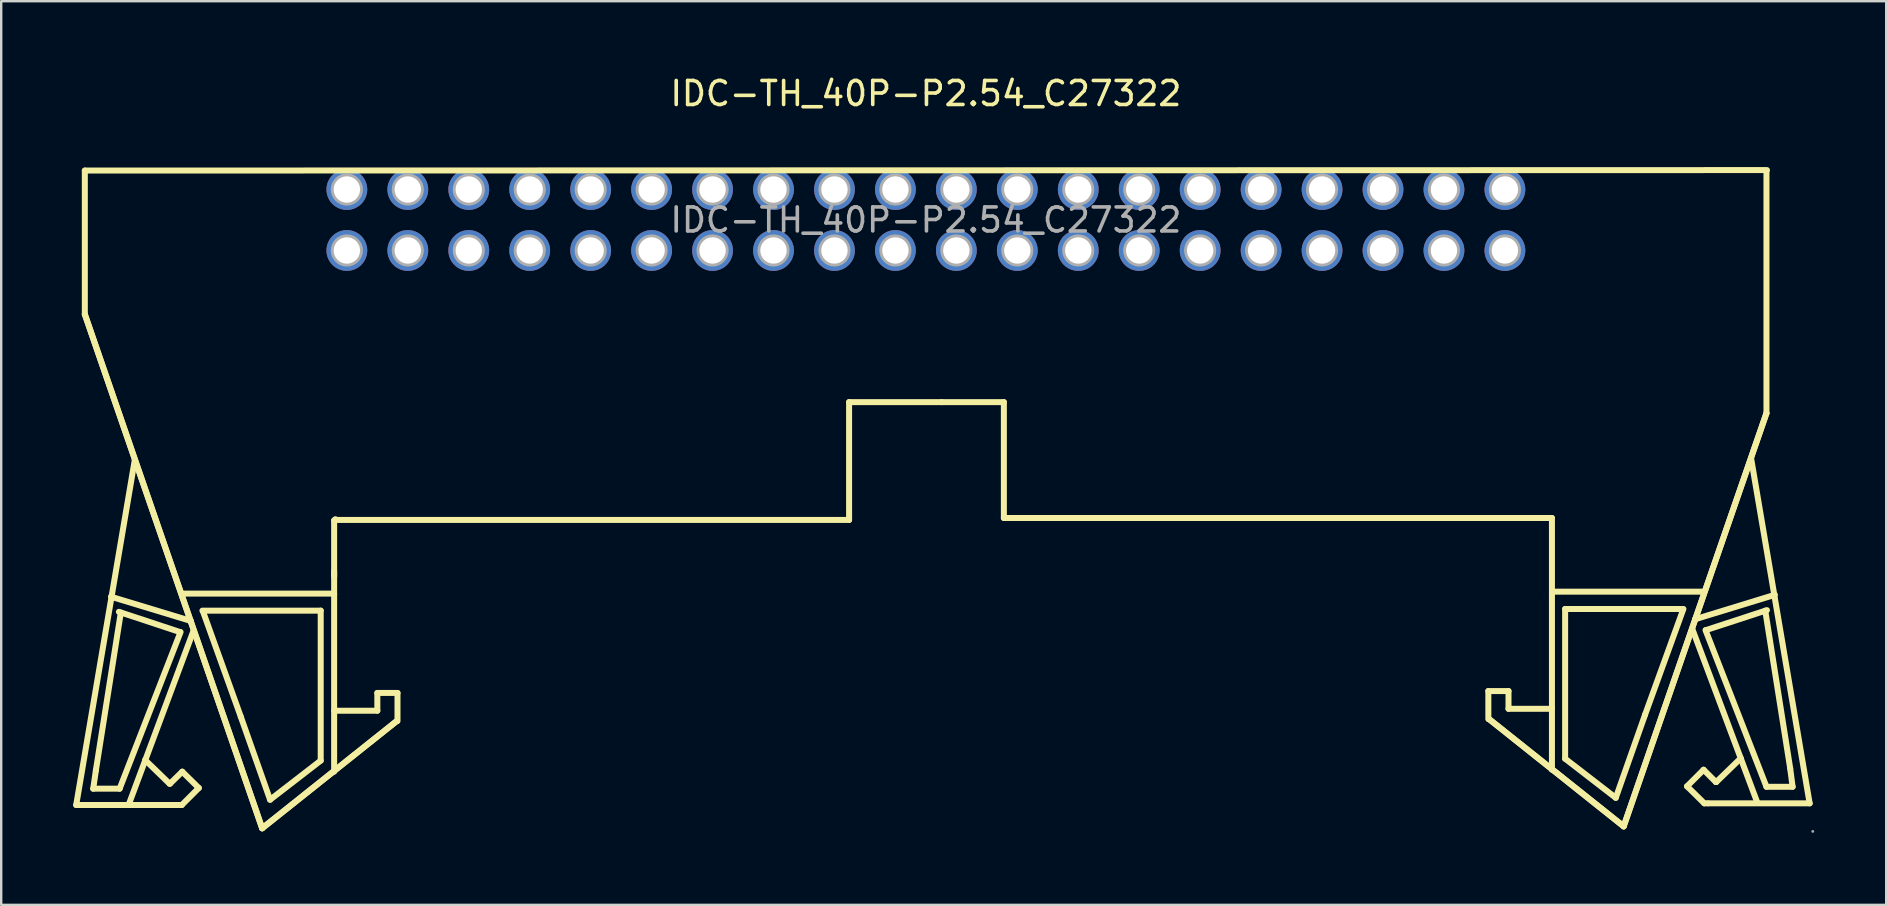
<source format=kicad_pcb>
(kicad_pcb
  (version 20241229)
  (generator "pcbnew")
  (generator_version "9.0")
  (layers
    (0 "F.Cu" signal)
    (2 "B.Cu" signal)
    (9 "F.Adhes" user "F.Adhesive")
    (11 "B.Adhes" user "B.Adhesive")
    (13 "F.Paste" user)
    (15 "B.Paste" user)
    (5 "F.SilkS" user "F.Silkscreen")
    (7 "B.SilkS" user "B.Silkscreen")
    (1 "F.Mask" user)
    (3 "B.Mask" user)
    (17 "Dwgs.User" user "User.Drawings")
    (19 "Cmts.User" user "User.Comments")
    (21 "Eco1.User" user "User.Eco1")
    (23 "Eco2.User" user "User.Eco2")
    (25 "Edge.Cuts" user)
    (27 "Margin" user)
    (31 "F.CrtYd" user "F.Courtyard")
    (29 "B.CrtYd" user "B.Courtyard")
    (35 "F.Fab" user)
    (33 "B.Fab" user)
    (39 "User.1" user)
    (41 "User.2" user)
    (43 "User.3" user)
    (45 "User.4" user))
  (footprint "IDC-TH_40P-P2.54_C27322"
    (layer "F.Cu")
    (at 35.535 6.118)
    (property "Reference" "IDC-TH_40P-P2.54_C27322" (at 0 -5.27 0) (layer "F.SilkS") (effects (font (size 1 1) (thickness 0.15))))
    (attr through_hole)
    (fp_line (start -35.41 24.38) (end -31.19 24.38) (stroke (width 0.25) (type solid)) (layer "F.SilkS"))
    (fp_line (start -35.05 -2.06) (end -35.05 3.93) (stroke (width 0.25) (type solid)) (layer "F.SilkS"))
    (fp_line (start -35.05 -2.06) (end 35.05 -2.08) (stroke (width 0.25) (type solid)) (layer "F.SilkS"))
    (fp_line (start -35.05 3.93) (end -27.66 25.35) (stroke (width 0.25) (type solid)) (layer "F.SilkS"))
    (fp_line (start -35.05 3.93) (end -27.66 25.35) (stroke (width 0.25) (type solid)) (layer "F.SilkS"))
    (fp_line (start -34.7 23.7) (end -34.59 22.94) (stroke (width 0.25) (type solid)) (layer "F.SilkS"))
    (fp_line (start -34.59 22.94) (end -33.55 16.36) (stroke (width 0.25) (type solid)) (layer "F.SilkS"))
    (fp_line (start -33.63 16.33) (end -31.09 17.17) (stroke (width 0.25) (type solid)) (layer "F.SilkS"))
    (fp_line (start -33.6 23.7) (end -34.7 23.7) (stroke (width 0.25) (type solid)) (layer "F.SilkS"))
    (fp_line (start -32.97 10.01) (end -35.41 24.38) (stroke (width 0.25) (type solid)) (layer "F.SilkS"))
    (fp_line (start -31.52 23.49) (end -32.54 22.5) (stroke (width 0.25) (type solid)) (layer "F.SilkS"))
    (fp_line (start -31.5 23.49) (end -31.52 23.49) (stroke (width 0.25) (type solid)) (layer "F.SilkS"))
    (fp_line (start -31.17 24.38) (end -31.01 24.38) (stroke (width 0.25) (type solid)) (layer "F.SilkS"))
    (fp_line (start -31.06 17.17) (end -33.6 23.7) (stroke (width 0.25) (type solid)) (layer "F.SilkS"))
    (fp_line (start -31.01 24.38) (end -30.3 23.67) (stroke (width 0.25) (type solid)) (layer "F.SilkS"))
    (fp_line (start -30.99 15.57) (end -24.69 15.57) (stroke (width 0.25) (type solid)) (layer "F.SilkS"))
    (fp_line (start -30.99 22.99) (end -31.5 23.49) (stroke (width 0.25) (type solid)) (layer "F.SilkS"))
    (fp_line (start -30.63 16.71) (end -33.96 15.7) (stroke (width 0.25) (type solid)) (layer "F.SilkS"))
    (fp_line (start -30.53 17.14) (end -33.22 24.36) (stroke (width 0.25) (type solid)) (layer "F.SilkS"))
    (fp_line (start -30.3 23.67) (end -30.99 22.99) (stroke (width 0.25) (type solid)) (layer "F.SilkS"))
    (fp_line (start -30.15 16.28) (end -25.22 16.28) (stroke (width 0.25) (type solid)) (layer "F.SilkS"))
    (fp_line (start -28.55 20.7) (end -30.12 16.33) (stroke (width 0.25) (type solid)) (layer "F.SilkS"))
    (fp_line (start -27.66 25.35) (end -22.05 20.88) (stroke (width 0.25) (type solid)) (layer "F.SilkS"))
    (fp_line (start -27.66 25.35) (end -22.05 20.88) (stroke (width 0.25) (type solid)) (layer "F.SilkS"))
    (fp_line (start -27.33 24.16) (end -28.55 20.7) (stroke (width 0.25) (type solid)) (layer "F.SilkS"))
    (fp_line (start -25.22 16.28) (end -25.22 22.53) (stroke (width 0.25) (type solid)) (layer "F.SilkS"))
    (fp_line (start -25.22 22.53) (end -27.33 24.16) (stroke (width 0.25) (type solid)) (layer "F.SilkS"))
    (fp_line (start -24.69 15.57) (end -24.66 15.6) (stroke (width 0.25) (type solid)) (layer "F.SilkS"))
    (fp_line (start -24.66 12.52) (end -24.66 14.86) (stroke (width 0.25) (type solid)) (layer "F.SilkS"))
    (fp_line (start -24.66 14.63) (end -24.66 22.99) (stroke (width 0.25) (type solid)) (layer "F.SilkS"))
    (fp_line (start -24.61 12.47) (end -24.66 12.52) (stroke (width 0.25) (type solid)) (layer "F.SilkS"))
    (fp_line (start -24.56 12.5) (end -3.2 12.5) (stroke (width 0.25) (type solid)) (layer "F.SilkS"))
    (fp_line (start -22.86 19.71) (end -22.86 20.45) (stroke (width 0.25) (type solid)) (layer "F.SilkS"))
    (fp_line (start -22.86 20.45) (end -24.66 20.45) (stroke (width 0.25) (type solid)) (layer "F.SilkS"))
    (fp_line (start -22.02 19.71) (end -22.86 19.71) (stroke (width 0.25) (type solid)) (layer "F.SilkS"))
    (fp_line (start -22.02 20.88) (end -22.02 19.71) (stroke (width 0.25) (type solid)) (layer "F.SilkS"))
    (fp_line (start -3.2 7.59) (end 0.66 7.59) (stroke (width 0.25) (type solid)) (layer "F.SilkS"))
    (fp_line (start -3.2 12.5) (end -3.2 7.59) (stroke (width 0.25) (type solid)) (layer "F.SilkS"))
    (fp_line (start 0.66 7.59) (end 3.25 7.59) (stroke (width 0.25) (type solid)) (layer "F.SilkS"))
    (fp_line (start 3.25 7.59) (end 3.25 12.42) (stroke (width 0.25) (type solid)) (layer "F.SilkS"))
    (fp_line (start 3.25 12.42) (end 26.09 12.42) (stroke (width 0.25) (type solid)) (layer "F.SilkS"))
    (fp_line (start 23.44 19.63) (end 24.28 19.63) (stroke (width 0.25) (type solid)) (layer "F.SilkS"))
    (fp_line (start 23.44 20.8) (end 23.44 19.63) (stroke (width 0.25) (type solid)) (layer "F.SilkS"))
    (fp_line (start 24.28 19.63) (end 24.28 20.37) (stroke (width 0.25) (type solid)) (layer "F.SilkS"))
    (fp_line (start 24.28 20.37) (end 26.09 20.37) (stroke (width 0.25) (type solid)) (layer "F.SilkS"))
    (fp_line (start 26.09 12.42) (end 26.09 22.91) (stroke (width 0.25) (type solid)) (layer "F.SilkS"))
    (fp_line (start 26.11 15.49) (end 26.09 15.52) (stroke (width 0.25) (type solid)) (layer "F.SilkS"))
    (fp_line (start 26.64 16.21) (end 26.64 22.45) (stroke (width 0.25) (type solid)) (layer "F.SilkS"))
    (fp_line (start 26.64 22.45) (end 28.75 24.08) (stroke (width 0.25) (type solid)) (layer "F.SilkS"))
    (fp_line (start 28.75 24.08) (end 29.97 20.62) (stroke (width 0.25) (type solid)) (layer "F.SilkS"))
    (fp_line (start 29.08 25.27) (end 23.47 20.8) (stroke (width 0.25) (type solid)) (layer "F.SilkS"))
    (fp_line (start 29.08 25.27) (end 23.47 20.8) (stroke (width 0.25) (type solid)) (layer "F.SilkS"))
    (fp_line (start 29.97 20.62) (end 31.55 16.26) (stroke (width 0.25) (type solid)) (layer "F.SilkS"))
    (fp_line (start 31.57 16.21) (end 26.64 16.21) (stroke (width 0.25) (type solid)) (layer "F.SilkS"))
    (fp_line (start 31.72 23.6) (end 32.41 22.91) (stroke (width 0.25) (type solid)) (layer "F.SilkS"))
    (fp_line (start 31.95 17.07) (end 34.65 24.28) (stroke (width 0.25) (type solid)) (layer "F.SilkS"))
    (fp_line (start 32.05 16.64) (end 35.38 15.62) (stroke (width 0.25) (type solid)) (layer "F.SilkS"))
    (fp_line (start 32.41 15.49) (end 26.11 15.49) (stroke (width 0.25) (type solid)) (layer "F.SilkS"))
    (fp_line (start 32.41 22.91) (end 32.92 23.42) (stroke (width 0.25) (type solid)) (layer "F.SilkS"))
    (fp_line (start 32.44 24.31) (end 31.72 23.6) (stroke (width 0.25) (type solid)) (layer "F.SilkS"))
    (fp_line (start 32.49 17.09) (end 35.03 23.62) (stroke (width 0.25) (type solid)) (layer "F.SilkS"))
    (fp_line (start 32.59 24.31) (end 32.44 24.31) (stroke (width 0.25) (type solid)) (layer "F.SilkS"))
    (fp_line (start 32.92 23.42) (end 32.94 23.42) (stroke (width 0.25) (type solid)) (layer "F.SilkS"))
    (fp_line (start 32.94 23.42) (end 33.96 22.43) (stroke (width 0.25) (type solid)) (layer "F.SilkS"))
    (fp_line (start 34.39 9.93) (end 36.83 24.31) (stroke (width 0.25) (type solid)) (layer "F.SilkS"))
    (fp_line (start 35.03 -2.03) (end 35.03 8.05) (stroke (width 0.25) (type solid)) (layer "F.SilkS"))
    (fp_line (start 35.03 8.05) (end 29.08 25.27) (stroke (width 0.25) (type solid)) (layer "F.SilkS"))
    (fp_line (start 35.03 8.05) (end 29.08 25.27) (stroke (width 0.25) (type solid)) (layer "F.SilkS"))
    (fp_line (start 35.03 23.62) (end 36.12 23.62) (stroke (width 0.25) (type solid)) (layer "F.SilkS"))
    (fp_line (start 35.05 16.26) (end 32.51 17.09) (stroke (width 0.25) (type solid)) (layer "F.SilkS"))
    (fp_line (start 36.02 22.86) (end 34.98 16.28) (stroke (width 0.25) (type solid)) (layer "F.SilkS"))
    (fp_line (start 36.12 23.62) (end 36.02 22.86) (stroke (width 0.25) (type solid)) (layer "F.SilkS"))
    (fp_line (start 36.83 24.31) (end 32.61 24.31) (stroke (width 0.25) (type solid)) (layer "F.SilkS"))
    (fp_circle (center -24.13 -1.27) (end -23.91 -1.27) (stroke (width 0.45) (type solid)) (fill no) (layer "F.Fab"))
    (fp_circle (center -24.13 1.27) (end -23.91 1.27) (stroke (width 0.45) (type solid)) (fill no) (layer "F.Fab"))
    (fp_circle (center -21.59 -1.27) (end -21.37 -1.27) (stroke (width 0.45) (type solid)) (fill no) (layer "F.Fab"))
    (fp_circle (center -21.59 1.27) (end -21.37 1.27) (stroke (width 0.45) (type solid)) (fill no) (layer "F.Fab"))
    (fp_circle (center -19.05 -1.27) (end -18.83 -1.27) (stroke (width 0.45) (type solid)) (fill no) (layer "F.Fab"))
    (fp_circle (center -19.05 1.27) (end -18.83 1.27) (stroke (width 0.45) (type solid)) (fill no) (layer "F.Fab"))
    (fp_circle (center -16.51 -1.27) (end -16.29 -1.27) (stroke (width 0.45) (type solid)) (fill no) (layer "F.Fab"))
    (fp_circle (center -16.51 1.27) (end -16.29 1.27) (stroke (width 0.45) (type solid)) (fill no) (layer "F.Fab"))
    (fp_circle (center -13.97 -1.27) (end -13.75 -1.27) (stroke (width 0.45) (type solid)) (fill no) (layer "F.Fab"))
    (fp_circle (center -13.97 1.27) (end -13.75 1.27) (stroke (width 0.45) (type solid)) (fill no) (layer "F.Fab"))
    (fp_circle (center -11.43 -1.27) (end -11.21 -1.27) (stroke (width 0.45) (type solid)) (fill no) (layer "F.Fab"))
    (fp_circle (center -11.43 1.27) (end -11.21 1.27) (stroke (width 0.45) (type solid)) (fill no) (layer "F.Fab"))
    (fp_circle (center -8.89 -1.27) (end -8.67 -1.27) (stroke (width 0.45) (type solid)) (fill no) (layer "F.Fab"))
    (fp_circle (center -8.89 1.27) (end -8.67 1.27) (stroke (width 0.45) (type solid)) (fill no) (layer "F.Fab"))
    (fp_circle (center -6.35 -1.27) (end -6.13 -1.27) (stroke (width 0.45) (type solid)) (fill no) (layer "F.Fab"))
    (fp_circle (center -6.35 1.27) (end -6.13 1.27) (stroke (width 0.45) (type solid)) (fill no) (layer "F.Fab"))
    (fp_circle (center -3.81 -1.27) (end -3.59 -1.27) (stroke (width 0.45) (type solid)) (fill no) (layer "F.Fab"))
    (fp_circle (center -3.81 1.27) (end -3.59 1.27) (stroke (width 0.45) (type solid)) (fill no) (layer "F.Fab"))
    (fp_circle (center -1.27 -1.27) (end -1.05 -1.27) (stroke (width 0.45) (type solid)) (fill no) (layer "F.Fab"))
    (fp_circle (center -1.27 1.27) (end -1.05 1.27) (stroke (width 0.45) (type solid)) (fill no) (layer "F.Fab"))
    (fp_circle (center 1.27 -1.27) (end 1.49 -1.27) (stroke (width 0.45) (type solid)) (fill no) (layer "F.Fab"))
    (fp_circle (center 1.27 1.27) (end 1.49 1.27) (stroke (width 0.45) (type solid)) (fill no) (layer "F.Fab"))
    (fp_circle (center 3.81 -1.27) (end 4.03 -1.27) (stroke (width 0.45) (type solid)) (fill no) (layer "F.Fab"))
    (fp_circle (center 3.81 1.27) (end 4.03 1.27) (stroke (width 0.45) (type solid)) (fill no) (layer "F.Fab"))
    (fp_circle (center 6.35 -1.27) (end 6.57 -1.27) (stroke (width 0.45) (type solid)) (fill no) (layer "F.Fab"))
    (fp_circle (center 6.35 1.27) (end 6.57 1.27) (stroke (width 0.45) (type solid)) (fill no) (layer "F.Fab"))
    (fp_circle (center 8.89 -1.27) (end 9.11 -1.27) (stroke (width 0.45) (type solid)) (fill no) (layer "F.Fab"))
    (fp_circle (center 8.89 1.27) (end 9.11 1.27) (stroke (width 0.45) (type solid)) (fill no) (layer "F.Fab"))
    (fp_circle (center 11.43 -1.27) (end 11.65 -1.27) (stroke (width 0.45) (type solid)) (fill no) (layer "F.Fab"))
    (fp_circle (center 11.43 1.27) (end 11.65 1.27) (stroke (width 0.45) (type solid)) (fill no) (layer "F.Fab"))
    (fp_circle (center 13.97 -1.27) (end 14.19 -1.27) (stroke (width 0.45) (type solid)) (fill no) (layer "F.Fab"))
    (fp_circle (center 13.97 1.27) (end 14.19 1.27) (stroke (width 0.45) (type solid)) (fill no) (layer "F.Fab"))
    (fp_circle (center 16.51 -1.27) (end 16.73 -1.27) (stroke (width 0.45) (type solid)) (fill no) (layer "F.Fab"))
    (fp_circle (center 16.51 1.27) (end 16.73 1.27) (stroke (width 0.45) (type solid)) (fill no) (layer "F.Fab"))
    (fp_circle (center 19.05 -1.27) (end 19.27 -1.27) (stroke (width 0.45) (type solid)) (fill no) (layer "F.Fab"))
    (fp_circle (center 19.05 1.27) (end 19.27 1.27) (stroke (width 0.45) (type solid)) (fill no) (layer "F.Fab"))
    (fp_circle (center 21.59 -1.27) (end 21.81 -1.27) (stroke (width 0.45) (type solid)) (fill no) (layer "F.Fab"))
    (fp_circle (center 21.59 1.27) (end 21.81 1.27) (stroke (width 0.45) (type solid)) (fill no) (layer "F.Fab"))
    (fp_circle (center 24.13 -1.27) (end 24.35 -1.27) (stroke (width 0.45) (type solid)) (fill no) (layer "F.Fab"))
    (fp_circle (center 24.13 1.27) (end 24.35 1.27) (stroke (width 0.45) (type solid)) (fill no) (layer "F.Fab"))
    (fp_circle (center 36.96 25.48) (end 36.99 25.48) (stroke (width 0.06) (type solid)) (fill no) (layer "F.Fab"))
    (fp_text user "${REFERENCE}" (at 0 0 0) (layer "F.Fab") (effects (font (size 1 1) (thickness 0.15))))
    (pad "1" thru_hole circle (at 24.13 1.27) (size 1.7 1.7) (drill 1.1) (layers "*.Cu" "*.Paste" "*.Mask"))
    (pad "2" thru_hole circle (at 24.13 -1.27) (size 1.7 1.7) (drill 1.1) (layers "*.Cu" "*.Paste" "*.Mask"))
    (pad "3" thru_hole circle (at 21.59 1.27) (size 1.7 1.7) (drill 1.1) (layers "*.Cu" "*.Paste" "*.Mask"))
    (pad "4" thru_hole circle (at 21.59 -1.27) (size 1.7 1.7) (drill 1.1) (layers "*.Cu" "*.Paste" "*.Mask"))
    (pad "5" thru_hole circle (at 19.05 1.27) (size 1.7 1.7) (drill 1.1) (layers "*.Cu" "*.Paste" "*.Mask"))
    (pad "6" thru_hole circle (at 19.05 -1.27) (size 1.7 1.7) (drill 1.1) (layers "*.Cu" "*.Paste" "*.Mask"))
    (pad "7" thru_hole circle (at 16.51 1.27) (size 1.7 1.7) (drill 1.1) (layers "*.Cu" "*.Paste" "*.Mask"))
    (pad "8" thru_hole circle (at 16.51 -1.27) (size 1.7 1.7) (drill 1.1) (layers "*.Cu" "*.Paste" "*.Mask"))
    (pad "9" thru_hole circle (at 13.97 1.27) (size 1.7 1.7) (drill 1.1) (layers "*.Cu" "*.Paste" "*.Mask"))
    (pad "10" thru_hole circle (at 13.97 -1.27) (size 1.7 1.7) (drill 1.1) (layers "*.Cu" "*.Paste" "*.Mask"))
    (pad "11" thru_hole circle (at 11.43 1.27) (size 1.7 1.7) (drill 1.1) (layers "*.Cu" "*.Paste" "*.Mask"))
    (pad "12" thru_hole circle (at 11.43 -1.27) (size 1.7 1.7) (drill 1.1) (layers "*.Cu" "*.Paste" "*.Mask"))
    (pad "13" thru_hole circle (at 8.89 1.27) (size 1.7 1.7) (drill 1.1) (layers "*.Cu" "*.Paste" "*.Mask"))
    (pad "14" thru_hole circle (at 8.89 -1.27) (size 1.7 1.7) (drill 1.1) (layers "*.Cu" "*.Paste" "*.Mask"))
    (pad "15" thru_hole circle (at 6.35 1.27) (size 1.7 1.7) (drill 1.1) (layers "*.Cu" "*.Paste" "*.Mask"))
    (pad "16" thru_hole circle (at 6.35 -1.27) (size 1.7 1.7) (drill 1.1) (layers "*.Cu" "*.Paste" "*.Mask"))
    (pad "17" thru_hole circle (at 3.81 1.27) (size 1.7 1.7) (drill 1.1) (layers "*.Cu" "*.Paste" "*.Mask"))
    (pad "18" thru_hole circle (at 3.81 -1.27) (size 1.7 1.7) (drill 1.1) (layers "*.Cu" "*.Paste" "*.Mask"))
    (pad "19" thru_hole circle (at 1.27 1.27) (size 1.7 1.7) (drill 1.1) (layers "*.Cu" "*.Paste" "*.Mask"))
    (pad "20" thru_hole circle (at 1.27 -1.27) (size 1.7 1.7) (drill 1.1) (layers "*.Cu" "*.Paste" "*.Mask"))
    (pad "21" thru_hole circle (at -1.27 1.27) (size 1.7 1.7) (drill 1.1) (layers "*.Cu" "*.Paste" "*.Mask"))
    (pad "22" thru_hole circle (at -1.27 -1.27) (size 1.7 1.7) (drill 1.1) (layers "*.Cu" "*.Paste" "*.Mask"))
    (pad "23" thru_hole circle (at -3.81 1.27) (size 1.7 1.7) (drill 1.1) (layers "*.Cu" "*.Paste" "*.Mask"))
    (pad "24" thru_hole circle (at -3.81 -1.27) (size 1.7 1.7) (drill 1.1) (layers "*.Cu" "*.Paste" "*.Mask"))
    (pad "25" thru_hole circle (at -6.35 1.27) (size 1.7 1.7) (drill 1.1) (layers "*.Cu" "*.Paste" "*.Mask"))
    (pad "26" thru_hole circle (at -6.35 -1.27) (size 1.7 1.7) (drill 1.1) (layers "*.Cu" "*.Paste" "*.Mask"))
    (pad "27" thru_hole circle (at -8.89 1.27) (size 1.7 1.7) (drill 1.1) (layers "*.Cu" "*.Paste" "*.Mask"))
    (pad "28" thru_hole circle (at -8.89 -1.27) (size 1.7 1.7) (drill 1.1) (layers "*.Cu" "*.Paste" "*.Mask"))
    (pad "29" thru_hole circle (at -11.43 1.27) (size 1.7 1.7) (drill 1.1) (layers "*.Cu" "*.Paste" "*.Mask"))
    (pad "30" thru_hole circle (at -11.43 -1.27) (size 1.7 1.7) (drill 1.1) (layers "*.Cu" "*.Paste" "*.Mask"))
    (pad "31" thru_hole circle (at -13.97 1.27) (size 1.7 1.7) (drill 1.1) (layers "*.Cu" "*.Paste" "*.Mask"))
    (pad "32" thru_hole circle (at -13.97 -1.27) (size 1.7 1.7) (drill 1.1) (layers "*.Cu" "*.Paste" "*.Mask"))
    (pad "33" thru_hole circle (at -16.51 1.27) (size 1.7 1.7) (drill 1.1) (layers "*.Cu" "*.Paste" "*.Mask"))
    (pad "34" thru_hole circle (at -16.51 -1.27) (size 1.7 1.7) (drill 1.1) (layers "*.Cu" "*.Paste" "*.Mask"))
    (pad "35" thru_hole circle (at -19.05 1.27) (size 1.7 1.7) (drill 1.1) (layers "*.Cu" "*.Paste" "*.Mask"))
    (pad "36" thru_hole circle (at -19.05 -1.27) (size 1.7 1.7) (drill 1.1) (layers "*.Cu" "*.Paste" "*.Mask"))
    (pad "37" thru_hole circle (at -21.59 1.27) (size 1.7 1.7) (drill 1.1) (layers "*.Cu" "*.Paste" "*.Mask"))
    (pad "38" thru_hole circle (at -21.59 -1.27) (size 1.7 1.7) (drill 1.1) (layers "*.Cu" "*.Paste" "*.Mask"))
    (pad "39" thru_hole circle (at -24.13 1.27) (size 1.7 1.7) (drill 1.1) (layers "*.Cu" "*.Paste" "*.Mask"))
    (pad "40" thru_hole circle (at -24.13 -1.27) (size 1.7 1.7) (drill 1.1) (layers "*.Cu" "*.Paste" "*.Mask")))
  (gr_rect
    (start -3 -3)
    (end 75.555 34.658)
    (stroke (width 0.1) (type default))
    (fill no)
    (layer "Edge.Cuts")))
</source>
